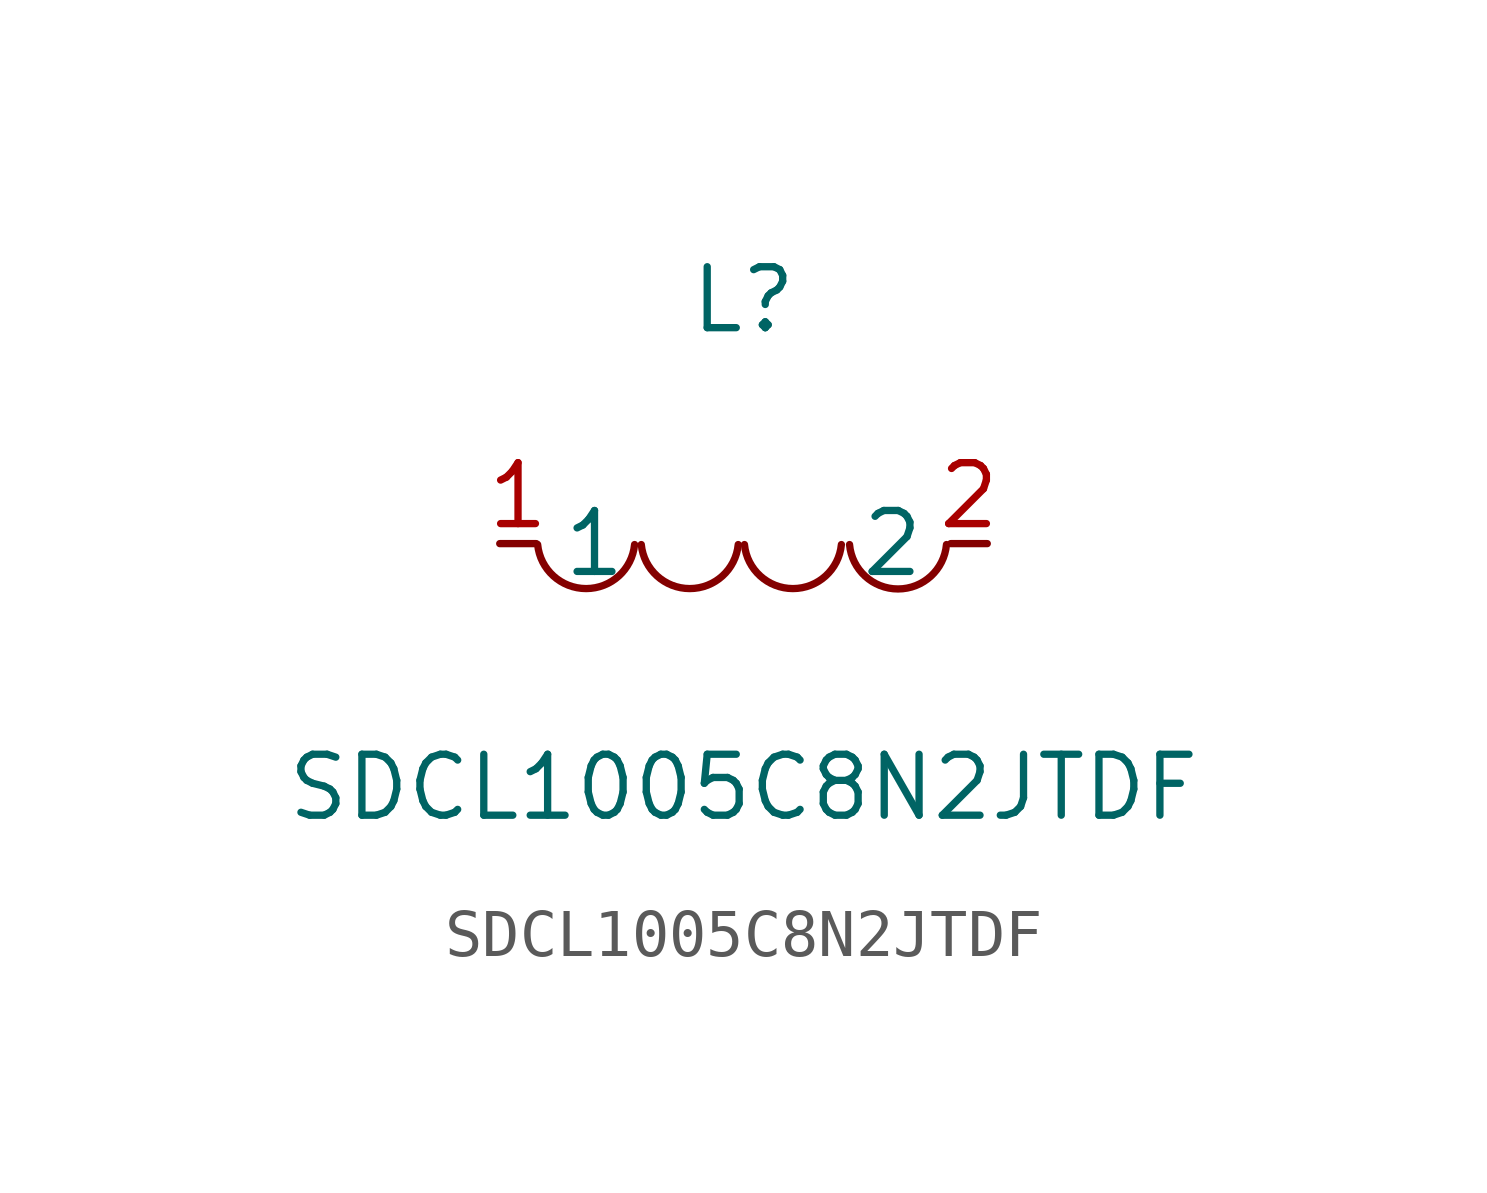
<source format=kicad_sym>
(kicad_symbol_lib
  (version 1)
  (generator "faebryk")
  (symbol "SDCL1005C8N2JTDF"
    (property "Reference" "L"
      (at 0 5.08 0)
      (effects (font (size 1.27 1.27)) (hide no)))
    (property "Value" "SDCL1005C8N2JTDF"
      (at 0 -5.08 0)
      (effects (font (size 1.27 1.27)) (hide no)))
    (symbol "SDCL1005C8N2JTDF_0_1"
      (arc (start -4.29 -0.02) (mid -2.52 -0.79) (end -2.27 -0.02) (stroke (width 0) (type default) (color 0 0 0 0)) (fill (type none)))
      (arc (start -2.13 -0.02) (mid -0.36 -0.79) (end -0.11 -0.02) (stroke (width 0) (type default) (color 0 0 0 0)) (fill (type none)))
      (arc (start 0.02 -0.02) (mid 1.79 -0.79) (end 2.04 -0.02) (stroke (width 0) (type default) (color 0 0 0 0)) (fill (type none)))
      (arc (start 2.21 -0.02) (mid 3.3 -1.12) (end 4.23 -0.02) (stroke (width 0) (type default) (color 0 0 0 0)) (fill (type none)))
      (pin unspecified line (at 5.08 0 180) (length 0.762) (name "2" (effects (font (size 1.27 1.27)) (hide no))) (number "2" (effects (font (size 1.27 1.27)) (hide no))))
      (pin unspecified line (at -5.08 0 0) (length 0.762) (name "1" (effects (font (size 1.27 1.27)) (hide no))) (number "1" (effects (font (size 1.27 1.27)) (hide no)))))))
</source>
